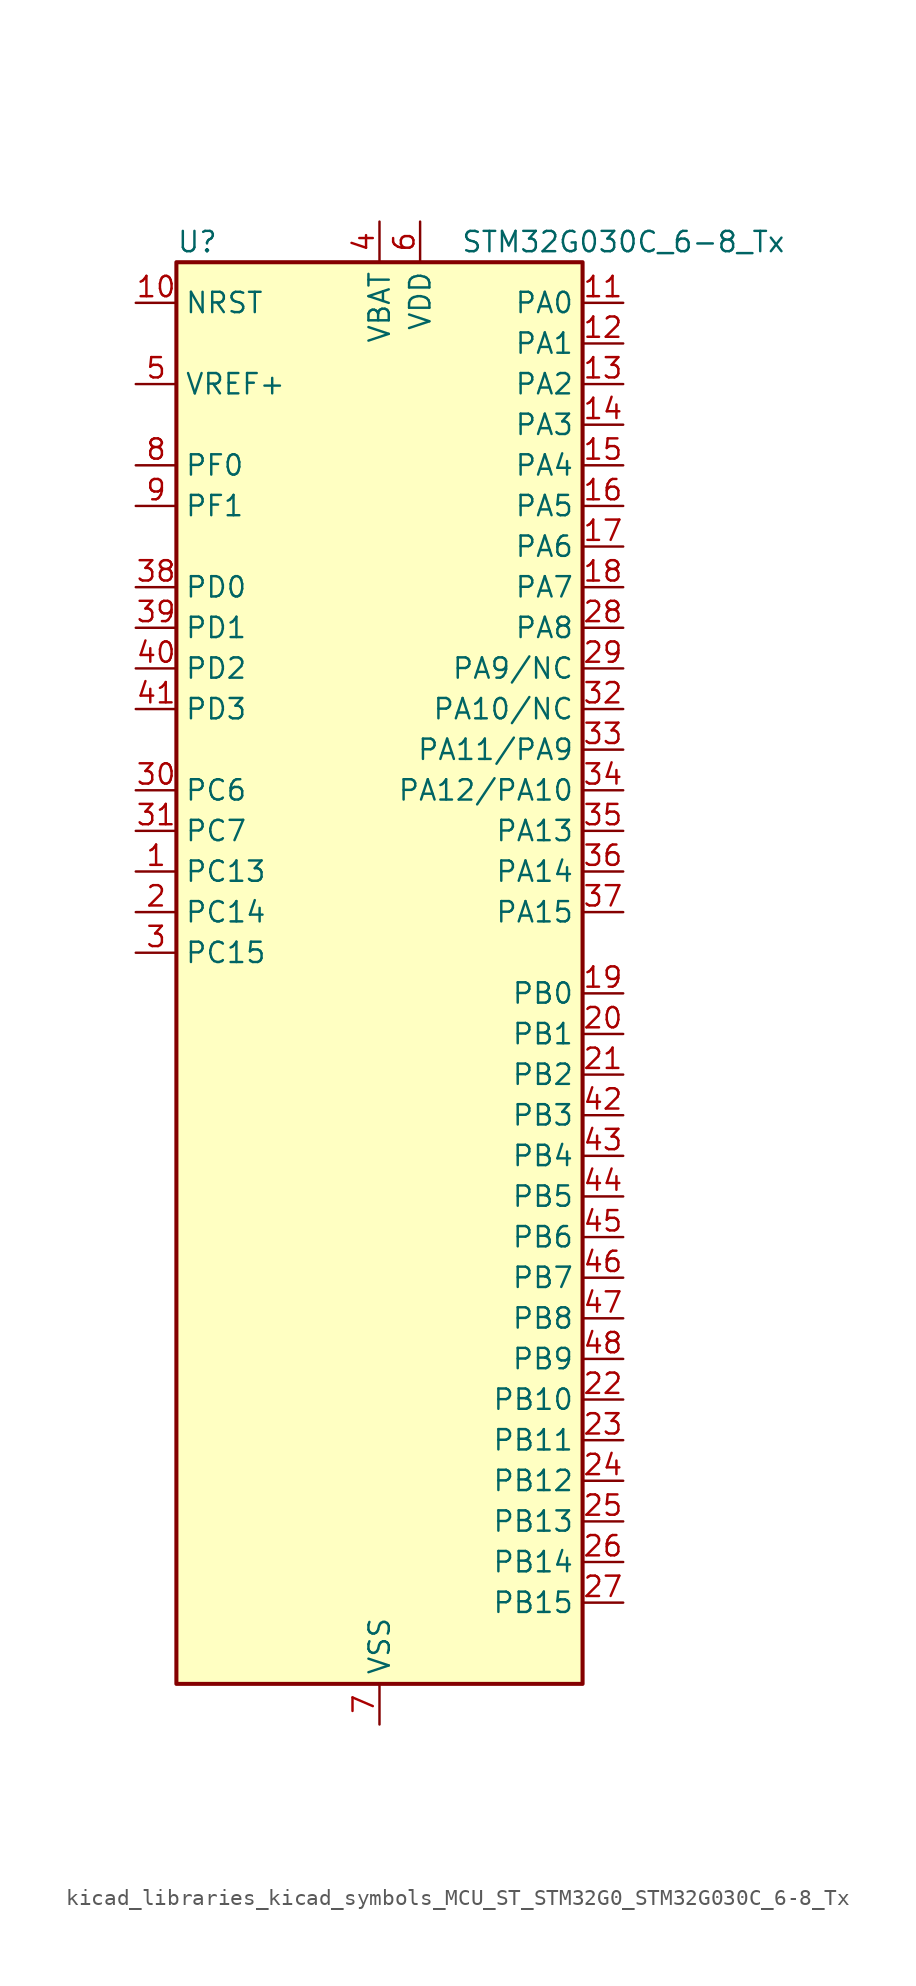
<source format=kicad_sym>
(kicad_symbol_lib
  (version 20220914)
  (generator kicad_symbol_editor)
  (symbol "kicad_libraries_kicad_symbols_MCU_ST_STM32G0_STM32G030C_6-8_Tx"
    (property "Reference" "U"
      (at -12.7 46.99 0)
      (effects (font (size 1.27 1.27)) (justify left)))
    (property "Value" "STM32G030C_6-8_Tx"
      (at 5.08 46.99 0)
      (effects (font (size 1.27 1.27)) (justify left)))
    (property "ki_locked" ""
      (at 0 0 0)
      (effects (font (size 1.27 1.27))))
    (symbol "kicad_libraries_kicad_symbols_MCU_ST_STM32G0_STM32G030C_6-8_Tx_0_1"
      (rectangle (start -12.7 -43.18) (end 12.7 45.72) (stroke (width 0.254) (type default)) (fill (type background))))
    (symbol "kicad_libraries_kicad_symbols_MCU_ST_STM32G0_STM32G030C_6-8_Tx_1_1"
      (pin bidirectional line (at -15.24 7.62 0) (length 2.54) (name "PC13" (effects (font (size 1.27 1.27)))) (number "1" (effects (font (size 1.27 1.27)))) (alternate "RTC_OUT_ALARM" bidirectional line) (alternate "RTC_OUT_CALIB" bidirectional line) (alternate "RTC_TAMP_IN1" bidirectional line) (alternate "RTC_TS" bidirectional line) (alternate "SYS_WKUP2" bidirectional line) (alternate "TIM1_BK" bidirectional line))
      (pin input line (at -15.24 43.18 0) (length 2.54) (name "NRST" (effects (font (size 1.27 1.27)))) (number "10" (effects (font (size 1.27 1.27)))))
      (pin bidirectional line (at 15.24 43.18 180) (length 2.54) (name "PA0" (effects (font (size 1.27 1.27)))) (number "11" (effects (font (size 1.27 1.27)))) (alternate "ADC1_IN0" bidirectional line) (alternate "RTC_TAMP_IN2" bidirectional line) (alternate "SPI2_SCK" bidirectional line) (alternate "SYS_WKUP1" bidirectional line) (alternate "USART2_CTS" bidirectional line) (alternate "USART2_NSS" bidirectional line))
      (pin bidirectional line (at 15.24 40.64 180) (length 2.54) (name "PA1" (effects (font (size 1.27 1.27)))) (number "12" (effects (font (size 1.27 1.27)))) (alternate "ADC1_IN1" bidirectional line) (alternate "I2C1_SMBA" bidirectional line) (alternate "I2S1_CK" bidirectional line) (alternate "SPI1_SCK" bidirectional line) (alternate "USART2_CK" bidirectional line) (alternate "USART2_DE" bidirectional line) (alternate "USART2_RTS" bidirectional line))
      (pin bidirectional line (at 15.24 38.1 180) (length 2.54) (name "PA2" (effects (font (size 1.27 1.27)))) (number "13" (effects (font (size 1.27 1.27)))) (alternate "ADC1_IN2" bidirectional line) (alternate "I2S1_SD" bidirectional line) (alternate "RCC_LSCO" bidirectional line) (alternate "SPI1_MOSI" bidirectional line) (alternate "SYS_WKUP4" bidirectional line) (alternate "USART2_TX" bidirectional line))
      (pin bidirectional line (at 15.24 35.56 180) (length 2.54) (name "PA3" (effects (font (size 1.27 1.27)))) (number "14" (effects (font (size 1.27 1.27)))) (alternate "ADC1_IN3" bidirectional line) (alternate "SPI2_MISO" bidirectional line) (alternate "USART2_RX" bidirectional line))
      (pin bidirectional line (at 15.24 33.02 180) (length 2.54) (name "PA4" (effects (font (size 1.27 1.27)))) (number "15" (effects (font (size 1.27 1.27)))) (alternate "ADC1_IN4" bidirectional line) (alternate "I2S1_WS" bidirectional line) (alternate "RTC_OUT_ALARM" bidirectional line) (alternate "RTC_OUT_CALIB" bidirectional line) (alternate "SPI1_NSS" bidirectional line) (alternate "SPI2_MOSI" bidirectional line) (alternate "TIM14_CH1" bidirectional line))
      (pin bidirectional line (at 15.24 30.48 180) (length 2.54) (name "PA5" (effects (font (size 1.27 1.27)))) (number "16" (effects (font (size 1.27 1.27)))) (alternate "ADC1_IN5" bidirectional line) (alternate "I2S1_CK" bidirectional line) (alternate "SPI1_SCK" bidirectional line))
      (pin bidirectional line (at 15.24 27.94 180) (length 2.54) (name "PA6" (effects (font (size 1.27 1.27)))) (number "17" (effects (font (size 1.27 1.27)))) (alternate "ADC1_IN6" bidirectional line) (alternate "I2S1_MCK" bidirectional line) (alternate "SPI1_MISO" bidirectional line) (alternate "TIM16_CH1" bidirectional line) (alternate "TIM1_BK" bidirectional line) (alternate "TIM3_CH1" bidirectional line))
      (pin bidirectional line (at 15.24 25.4 180) (length 2.54) (name "PA7" (effects (font (size 1.27 1.27)))) (number "18" (effects (font (size 1.27 1.27)))) (alternate "ADC1_IN7" bidirectional line) (alternate "I2S1_SD" bidirectional line) (alternate "SPI1_MOSI" bidirectional line) (alternate "TIM14_CH1" bidirectional line) (alternate "TIM17_CH1" bidirectional line) (alternate "TIM1_CH1N" bidirectional line) (alternate "TIM3_CH2" bidirectional line))
      (pin bidirectional line (at 15.24 0 180) (length 2.54) (name "PB0" (effects (font (size 1.27 1.27)))) (number "19" (effects (font (size 1.27 1.27)))) (alternate "ADC1_IN8" bidirectional line) (alternate "I2S1_WS" bidirectional line) (alternate "SPI1_NSS" bidirectional line) (alternate "TIM1_CH2N" bidirectional line) (alternate "TIM3_CH3" bidirectional line))
      (pin bidirectional line (at -15.24 5.08 0) (length 2.54) (name "PC14" (effects (font (size 1.27 1.27)))) (number "2" (effects (font (size 1.27 1.27)))) (alternate "RCC_OSC32_IN" bidirectional line) (alternate "TIM1_BK2" bidirectional line))
      (pin bidirectional line (at 15.24 -2.54 180) (length 2.54) (name "PB1" (effects (font (size 1.27 1.27)))) (number "20" (effects (font (size 1.27 1.27)))) (alternate "ADC1_IN9" bidirectional line) (alternate "TIM14_CH1" bidirectional line) (alternate "TIM1_CH3N" bidirectional line) (alternate "TIM3_CH4" bidirectional line))
      (pin bidirectional line (at 15.24 -5.08 180) (length 2.54) (name "PB2" (effects (font (size 1.27 1.27)))) (number "21" (effects (font (size 1.27 1.27)))) (alternate "ADC1_IN10" bidirectional line) (alternate "SPI2_MISO" bidirectional line))
      (pin bidirectional line (at 15.24 -25.4 180) (length 2.54) (name "PB10" (effects (font (size 1.27 1.27)))) (number "22" (effects (font (size 1.27 1.27)))) (alternate "ADC1_IN11" bidirectional line) (alternate "I2C2_SCL" bidirectional line) (alternate "SPI2_SCK" bidirectional line))
      (pin bidirectional line (at 15.24 -27.94 180) (length 2.54) (name "PB11" (effects (font (size 1.27 1.27)))) (number "23" (effects (font (size 1.27 1.27)))) (alternate "ADC1_EXTI11" bidirectional line) (alternate "ADC1_IN15" bidirectional line) (alternate "I2C2_SDA" bidirectional line) (alternate "SPI2_MOSI" bidirectional line))
      (pin bidirectional line (at 15.24 -30.48 180) (length 2.54) (name "PB12" (effects (font (size 1.27 1.27)))) (number "24" (effects (font (size 1.27 1.27)))) (alternate "ADC1_IN16" bidirectional line) (alternate "SPI2_NSS" bidirectional line) (alternate "TIM1_BK" bidirectional line))
      (pin bidirectional line (at 15.24 -33.02 180) (length 2.54) (name "PB13" (effects (font (size 1.27 1.27)))) (number "25" (effects (font (size 1.27 1.27)))) (alternate "I2C2_SCL" bidirectional line) (alternate "SPI2_SCK" bidirectional line) (alternate "TIM1_CH1N" bidirectional line))
      (pin bidirectional line (at 15.24 -35.56 180) (length 2.54) (name "PB14" (effects (font (size 1.27 1.27)))) (number "26" (effects (font (size 1.27 1.27)))) (alternate "I2C2_SDA" bidirectional line) (alternate "SPI2_MISO" bidirectional line) (alternate "TIM1_CH2N" bidirectional line))
      (pin bidirectional line (at 15.24 -38.1 180) (length 2.54) (name "PB15" (effects (font (size 1.27 1.27)))) (number "27" (effects (font (size 1.27 1.27)))) (alternate "RTC_REFIN" bidirectional line) (alternate "SPI2_MOSI" bidirectional line) (alternate "TIM1_CH3N" bidirectional line))
      (pin bidirectional line (at 15.24 22.86 180) (length 2.54) (name "PA8" (effects (font (size 1.27 1.27)))) (number "28" (effects (font (size 1.27 1.27)))) (alternate "RCC_MCO" bidirectional line) (alternate "SPI2_NSS" bidirectional line) (alternate "TIM1_CH1" bidirectional line))
      (pin bidirectional line (at 15.24 20.32 180) (length 2.54) (name "PA9/NC" (effects (font (size 1.27 1.27)))) (number "29" (effects (font (size 1.27 1.27)))) (alternate "I2C1_SCL" bidirectional line) (alternate "RCC_MCO" bidirectional line) (alternate "SPI2_MISO" bidirectional line) (alternate "TIM1_CH2" bidirectional line) (alternate "USART1_TX" bidirectional line))
      (pin bidirectional line (at -15.24 2.54 0) (length 2.54) (name "PC15" (effects (font (size 1.27 1.27)))) (number "3" (effects (font (size 1.27 1.27)))) (alternate "RCC_OSC32_EN" bidirectional line) (alternate "RCC_OSC32_OUT" bidirectional line) (alternate "RCC_OSC_EN" bidirectional line))
      (pin bidirectional line (at -15.24 12.7 0) (length 2.54) (name "PC6" (effects (font (size 1.27 1.27)))) (number "30" (effects (font (size 1.27 1.27)))) (alternate "TIM3_CH1" bidirectional line))
      (pin bidirectional line (at -15.24 10.16 0) (length 2.54) (name "PC7" (effects (font (size 1.27 1.27)))) (number "31" (effects (font (size 1.27 1.27)))) (alternate "TIM3_CH2" bidirectional line))
      (pin bidirectional line (at 15.24 17.78 180) (length 2.54) (name "PA10/NC" (effects (font (size 1.27 1.27)))) (number "32" (effects (font (size 1.27 1.27)))) (alternate "I2C1_SDA" bidirectional line) (alternate "SPI2_MOSI" bidirectional line) (alternate "TIM17_BK" bidirectional line) (alternate "TIM1_CH3" bidirectional line) (alternate "USART1_RX" bidirectional line))
      (pin bidirectional line (at 15.24 15.24 180) (length 2.54) (name "PA11/PA9" (effects (font (size 1.27 1.27)))) (number "33" (effects (font (size 1.27 1.27)))) (alternate "ADC1_EXTI11" bidirectional line) (alternate "I2C2_SCL" bidirectional line) (alternate "I2S1_MCK" bidirectional line) (alternate "SPI1_MISO" bidirectional line) (alternate "TIM1_BK2" bidirectional line) (alternate "TIM1_CH4" bidirectional line) (alternate "USART1_CTS" bidirectional line) (alternate "USART1_NSS" bidirectional line))
      (pin bidirectional line (at 15.24 12.7 180) (length 2.54) (name "PA12/PA10" (effects (font (size 1.27 1.27)))) (number "34" (effects (font (size 1.27 1.27)))) (alternate "I2C2_SDA" bidirectional line) (alternate "I2S1_SD" bidirectional line) (alternate "I2S_CKIN" bidirectional line) (alternate "SPI1_MOSI" bidirectional line) (alternate "TIM1_ETR" bidirectional line) (alternate "USART1_CK" bidirectional line) (alternate "USART1_DE" bidirectional line) (alternate "USART1_RTS" bidirectional line))
      (pin bidirectional line (at 15.24 10.16 180) (length 2.54) (name "PA13" (effects (font (size 1.27 1.27)))) (number "35" (effects (font (size 1.27 1.27)))) (alternate "ADC1_IN17" bidirectional line) (alternate "IR_OUT" bidirectional line) (alternate "SYS_SWDIO" bidirectional line))
      (pin bidirectional line (at 15.24 7.62 180) (length 2.54) (name "PA14" (effects (font (size 1.27 1.27)))) (number "36" (effects (font (size 1.27 1.27)))) (alternate "ADC1_IN18" bidirectional line) (alternate "SYS_SWCLK" bidirectional line) (alternate "USART2_TX" bidirectional line))
      (pin bidirectional line (at 15.24 5.08 180) (length 2.54) (name "PA15" (effects (font (size 1.27 1.27)))) (number "37" (effects (font (size 1.27 1.27)))) (alternate "I2S1_WS" bidirectional line) (alternate "SPI1_NSS" bidirectional line) (alternate "USART2_RX" bidirectional line))
      (pin bidirectional line (at -15.24 25.4 0) (length 2.54) (name "PD0" (effects (font (size 1.27 1.27)))) (number "38" (effects (font (size 1.27 1.27)))) (alternate "SPI2_NSS" bidirectional line) (alternate "TIM16_CH1" bidirectional line))
      (pin bidirectional line (at -15.24 22.86 0) (length 2.54) (name "PD1" (effects (font (size 1.27 1.27)))) (number "39" (effects (font (size 1.27 1.27)))) (alternate "SPI2_SCK" bidirectional line) (alternate "TIM17_CH1" bidirectional line))
      (pin power_in line (at 0 48.26 270) (length 2.54) (name "VBAT" (effects (font (size 1.27 1.27)))) (number "4" (effects (font (size 1.27 1.27)))))
      (pin bidirectional line (at -15.24 20.32 0) (length 2.54) (name "PD2" (effects (font (size 1.27 1.27)))) (number "40" (effects (font (size 1.27 1.27)))) (alternate "TIM1_CH1N" bidirectional line) (alternate "TIM3_ETR" bidirectional line))
      (pin bidirectional line (at -15.24 17.78 0) (length 2.54) (name "PD3" (effects (font (size 1.27 1.27)))) (number "41" (effects (font (size 1.27 1.27)))) (alternate "SPI2_MISO" bidirectional line) (alternate "TIM1_CH2N" bidirectional line) (alternate "USART2_CTS" bidirectional line) (alternate "USART2_NSS" bidirectional line))
      (pin bidirectional line (at 15.24 -7.62 180) (length 2.54) (name "PB3" (effects (font (size 1.27 1.27)))) (number "42" (effects (font (size 1.27 1.27)))) (alternate "I2S1_CK" bidirectional line) (alternate "SPI1_SCK" bidirectional line) (alternate "TIM1_CH2" bidirectional line) (alternate "USART1_CK" bidirectional line) (alternate "USART1_DE" bidirectional line) (alternate "USART1_RTS" bidirectional line))
      (pin bidirectional line (at 15.24 -10.16 180) (length 2.54) (name "PB4" (effects (font (size 1.27 1.27)))) (number "43" (effects (font (size 1.27 1.27)))) (alternate "I2S1_MCK" bidirectional line) (alternate "SPI1_MISO" bidirectional line) (alternate "TIM17_BK" bidirectional line) (alternate "TIM3_CH1" bidirectional line) (alternate "USART1_CTS" bidirectional line) (alternate "USART1_NSS" bidirectional line))
      (pin bidirectional line (at 15.24 -12.7 180) (length 2.54) (name "PB5" (effects (font (size 1.27 1.27)))) (number "44" (effects (font (size 1.27 1.27)))) (alternate "I2C1_SMBA" bidirectional line) (alternate "I2S1_SD" bidirectional line) (alternate "SPI1_MOSI" bidirectional line) (alternate "SYS_WKUP6" bidirectional line) (alternate "TIM16_BK" bidirectional line) (alternate "TIM3_CH2" bidirectional line))
      (pin bidirectional line (at 15.24 -15.24 180) (length 2.54) (name "PB6" (effects (font (size 1.27 1.27)))) (number "45" (effects (font (size 1.27 1.27)))) (alternate "I2C1_SCL" bidirectional line) (alternate "SPI2_MISO" bidirectional line) (alternate "TIM16_CH1N" bidirectional line) (alternate "TIM1_CH3" bidirectional line) (alternate "USART1_TX" bidirectional line))
      (pin bidirectional line (at 15.24 -17.78 180) (length 2.54) (name "PB7" (effects (font (size 1.27 1.27)))) (number "46" (effects (font (size 1.27 1.27)))) (alternate "I2C1_SDA" bidirectional line) (alternate "SPI2_MOSI" bidirectional line) (alternate "SYS_PVD_IN" bidirectional line) (alternate "TIM17_CH1N" bidirectional line) (alternate "USART1_RX" bidirectional line))
      (pin bidirectional line (at 15.24 -20.32 180) (length 2.54) (name "PB8" (effects (font (size 1.27 1.27)))) (number "47" (effects (font (size 1.27 1.27)))) (alternate "I2C1_SCL" bidirectional line) (alternate "SPI2_SCK" bidirectional line) (alternate "TIM16_CH1" bidirectional line))
      (pin bidirectional line (at 15.24 -22.86 180) (length 2.54) (name "PB9" (effects (font (size 1.27 1.27)))) (number "48" (effects (font (size 1.27 1.27)))) (alternate "I2C1_SDA" bidirectional line) (alternate "IR_OUT" bidirectional line) (alternate "SPI2_NSS" bidirectional line) (alternate "TIM17_CH1" bidirectional line))
      (pin input line (at -15.24 38.1 0) (length 2.54) (name "VREF+" (effects (font (size 1.27 1.27)))) (number "5" (effects (font (size 1.27 1.27)))) (alternate "VREFBUF_OUT" bidirectional line))
      (pin power_in line (at 2.54 48.26 270) (length 2.54) (name "VDD" (effects (font (size 1.27 1.27)))) (number "6" (effects (font (size 1.27 1.27)))))
      (pin power_in line (at 0 -45.72 90) (length 2.54) (name "VSS" (effects (font (size 1.27 1.27)))) (number "7" (effects (font (size 1.27 1.27)))))
      (pin bidirectional line (at -15.24 33.02 0) (length 2.54) (name "PF0" (effects (font (size 1.27 1.27)))) (number "8" (effects (font (size 1.27 1.27)))) (alternate "RCC_OSC_IN" bidirectional line) (alternate "TIM14_CH1" bidirectional line))
      (pin bidirectional line (at -15.24 30.48 0) (length 2.54) (name "PF1" (effects (font (size 1.27 1.27)))) (number "9" (effects (font (size 1.27 1.27)))) (alternate "RCC_OSC_EN" bidirectional line) (alternate "RCC_OSC_OUT" bidirectional line)))))
</source>
